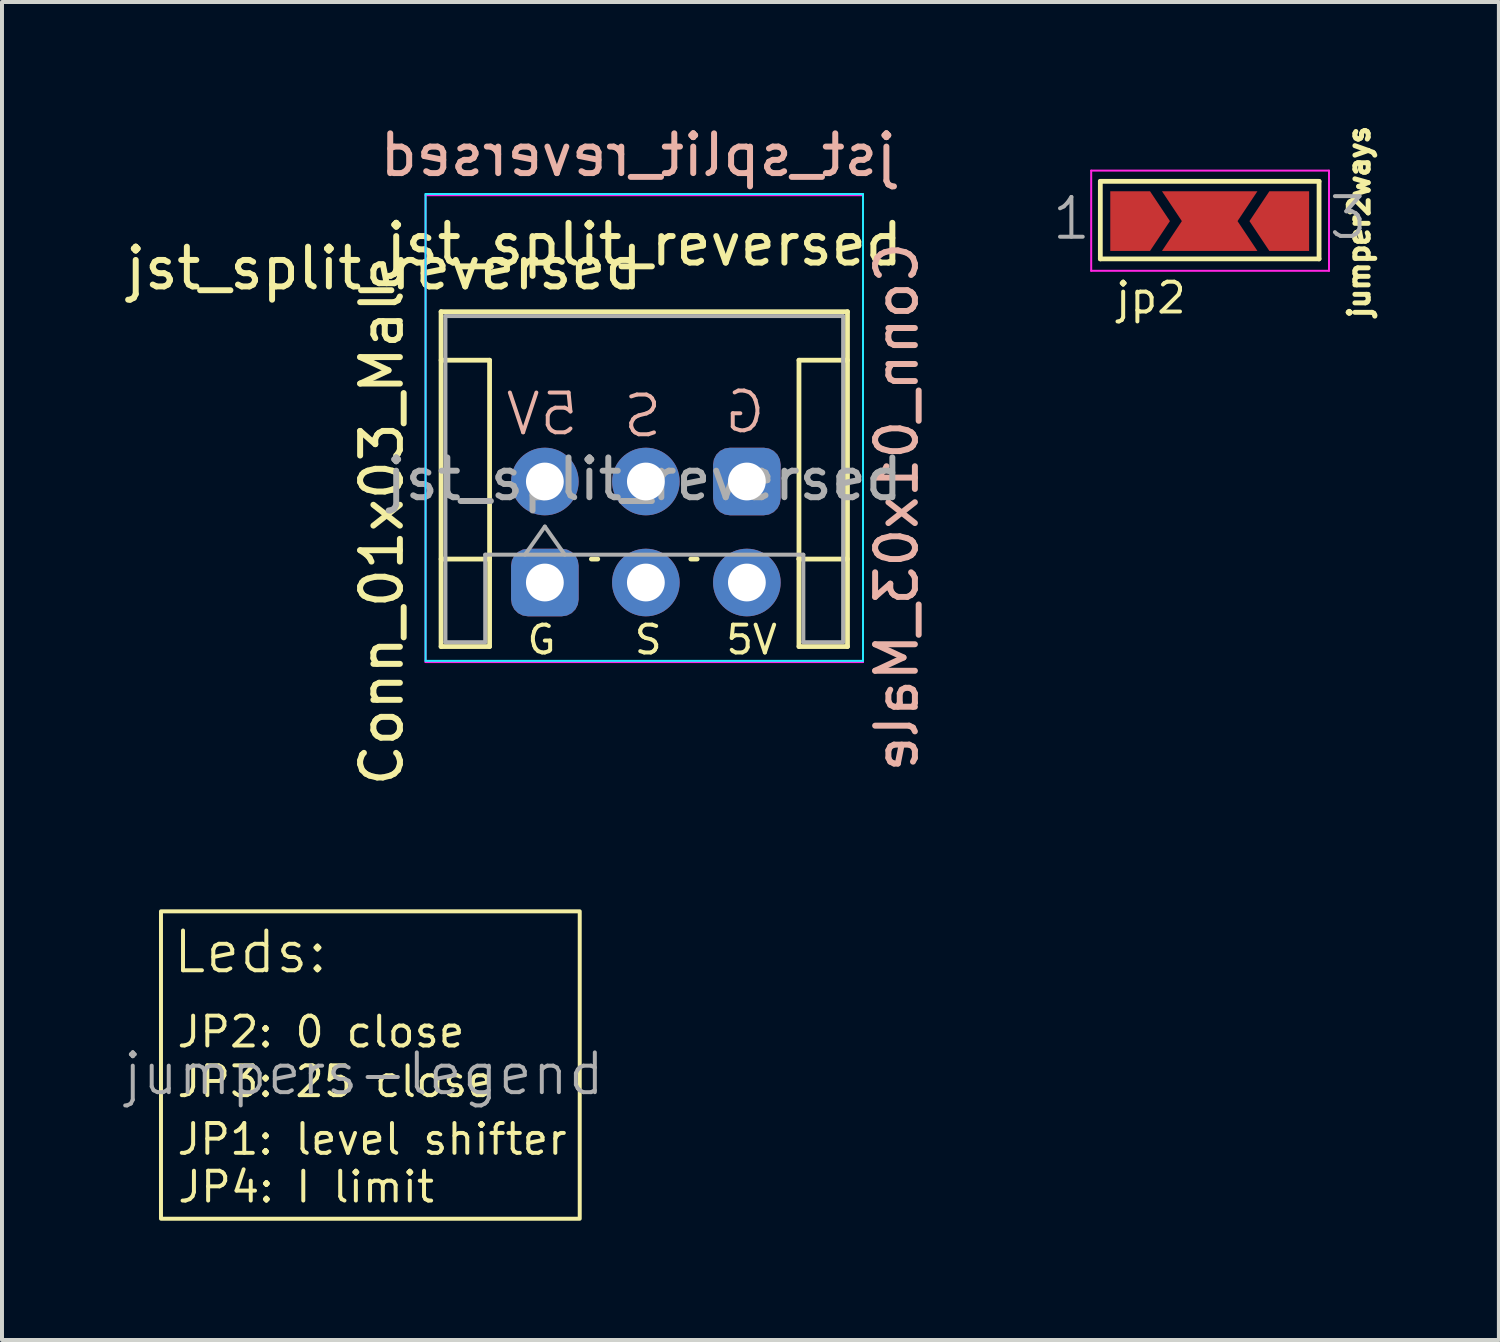
<source format=kicad_pcb>
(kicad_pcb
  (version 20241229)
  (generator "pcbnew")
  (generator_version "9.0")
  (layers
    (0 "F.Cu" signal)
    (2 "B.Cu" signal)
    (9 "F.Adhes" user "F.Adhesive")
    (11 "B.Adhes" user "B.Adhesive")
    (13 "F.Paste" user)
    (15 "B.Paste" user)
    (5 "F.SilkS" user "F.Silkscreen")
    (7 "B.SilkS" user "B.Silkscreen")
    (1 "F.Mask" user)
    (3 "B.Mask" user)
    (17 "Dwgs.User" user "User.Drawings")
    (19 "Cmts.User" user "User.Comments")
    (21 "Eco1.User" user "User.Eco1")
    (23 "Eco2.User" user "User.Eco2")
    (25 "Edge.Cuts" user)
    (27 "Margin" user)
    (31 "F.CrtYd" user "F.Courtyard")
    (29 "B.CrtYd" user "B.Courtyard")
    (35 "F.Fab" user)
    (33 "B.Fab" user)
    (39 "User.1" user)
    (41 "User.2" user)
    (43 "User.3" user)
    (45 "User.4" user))
  (footprint "jumper2ways"
    (layer "F.Cu")
    (at 27.369 2.51)
    (property "Reference" "jumper2ways" (at 3.76 0.02 270) (layer "F.SilkS") (effects (font (size 0.5 0.5) (thickness 0.125))))
    (property "Value" "jp2" (at 0.725 1.925 180) (layer "F.Fab") (hide yes) (effects (font (size 1 1) (thickness 0.15))))
    (attr exclude_from_pos_files)
    (fp_line (start -2.75 -1) (end 2.75 -1) (stroke (width 0.12) (type solid)) (layer "F.SilkS"))
    (fp_line (start -2.75 0.95) (end -2.75 -1) (stroke (width 0.12) (type solid)) (layer "F.SilkS"))
    (fp_line (start 2.75 -1) (end 2.75 0.95) (stroke (width 0.12) (type solid)) (layer "F.SilkS"))
    (fp_line (start 2.75 0.95) (end -2.75 0.95) (stroke (width 0.12) (type solid)) (layer "F.SilkS"))
    (fp_line (start -2.98 -1.27) (end -2.98 1.25) (stroke (width 0.05) (type solid)) (layer "F.CrtYd"))
    (fp_line (start -2.98 -1.27) (end 3 -1.27) (stroke (width 0.05) (type solid)) (layer "F.CrtYd"))
    (fp_line (start 3 1.25) (end -2.98 1.25) (stroke (width 0.05) (type solid)) (layer "F.CrtYd"))
    (fp_line (start 3 1.25) (end 3 -1.27) (stroke (width 0.05) (type solid)) (layer "F.CrtYd"))
    (fp_text user "${VALUE}" (at -2.42 2.37 0) (unlocked yes) (layer "F.SilkS") (effects (font (size 0.75 0.75) (thickness 0.1)) (justify left bottom)))
    (fp_text user "3" (at 2.94 0.5 0) (unlocked yes) (layer "F.Fab") (effects (font (size 1 1) (thickness 0.1)) (justify left bottom)))
    (fp_text user "1" (at -4.02 0.52 0) (unlocked yes) (layer "F.Fab") (effects (font (size 1 1) (thickness 0.1)) (justify left bottom)))
    (pad "" smd rect (at -1.2 0) (size 1.5 1.5) (layers "F.Mask"))
    (pad "" smd rect (at 1.2 0) (size 1.5 1.5) (layers "F.Mask"))
    (pad "1" smd custom (at -2 0) (size 0.3 0.3) (layers "F.Cu" "F.Mask") (options (anchor rect)) (primitives (gr_poly (pts (xy 1 0) (xy 0.5 0.75) (xy -0.5 0.75) (xy -0.5 -0.75) (xy 0.5 -0.75)) (width 0) (fill yes))))
    (pad "2" smd custom (at 0 0) (size 0.3 0.3) (layers "F.Cu" "F.Mask") (options (anchor rect)) (primitives (gr_poly (pts (xy 0.7 0) (xy 1.2 0.75) (xy -1.2 0.75) (xy -0.7 0) (xy -1.2 -0.75) (xy 1.2 -0.75)) (width 0) (fill yes))))
    (pad "3" smd custom (at 2 0 180) (size 0.3 0.3) (layers "F.Cu" "F.Mask") (options (anchor rect)) (primitives (gr_poly (pts (xy 1 0) (xy 0.5 0.75) (xy -0.5 0.75) (xy -0.5 -0.75) (xy 0.5 -0.75)) (width 0) (fill yes)))))
  (footprint "jumpers-legend"
    (layer "F.Cu")
    (at 6.098 24.456)
    (property "Reference" "jumpers-legend" (at 0 -0.5 0) (unlocked yes) (layer "F.Fab") (effects (font (size 1 1) (thickness 0.1))))
    (attr smd)
    (fp_rect (start -5.1 -4.59) (end 5.43 3.14) (stroke (width 0.1) (type default)) (fill no) (layer "F.SilkS"))
    (fp_text user "JP4: I limit" (at -4.73 2.78 0) (unlocked yes) (layer "F.SilkS") (effects (font (size 0.75 0.75) (thickness 0.1)) (justify left bottom)))
    (fp_text user "JP3: 25 close" (at -4.75 0.13 0) (unlocked yes) (layer "F.SilkS") (effects (font (size 0.75 0.75) (thickness 0.1)) (justify left bottom)))
    (fp_text user "Leds:" (at -4.85 -2.98 0) (unlocked yes) (layer "F.SilkS") (effects (font (size 1 1) (thickness 0.1)) (justify left bottom)))
    (fp_text user "JP2: 0 close" (at -4.75 -1.12 0) (unlocked yes) (layer "F.SilkS") (effects (font (size 0.75 0.75) (thickness 0.1)) (justify left bottom)))
    (fp_text user "JP1: level shifter" (at -4.75 1.58 0) (unlocked yes) (layer "F.SilkS") (effects (font (size 0.75 0.75) (thickness 0.1)) (justify left bottom))))
  (footprint "jst_split_reversed"
    (layer "F.Cu")
    (at 10.651 11.598)
    (property "Reference" "jst_split_reversed" (at -4.05 -7.9 180) (layer "F.SilkS") (effects (font (size 1 1) (thickness 0.15))))
    (property "Value" "Conn_01x03_Male" (at 2.15 4.65 180) (layer "F.Fab") (hide yes) (effects (font (size 1 1) (thickness 0.15))))
    (attr through_hole)
    (fp_line (start -2.61 -6.81) (end 7.61 -6.81) (stroke (width 0.12) (type solid)) (layer "F.SilkS"))
    (fp_line (start -2.61 -5.59) (end -1.39 -5.59) (stroke (width 0.12) (type solid)) (layer "F.SilkS"))
    (fp_line (start -2.61 1.61) (end -2.61 -6.81) (stroke (width 0.12) (type solid)) (layer "F.SilkS"))
    (fp_line (start -1.39 -5.59) (end -1.39 -0.59) (stroke (width 0.12) (type solid)) (layer "F.SilkS"))
    (fp_line (start -1.39 -0.59) (end -2.61 -0.59) (stroke (width 0.12) (type solid)) (layer "F.SilkS"))
    (fp_line (start -1.39 -0.59) (end -1.39 1.61) (stroke (width 0.12) (type solid)) (layer "F.SilkS"))
    (fp_line (start -1.39 1.61) (end -2.61 1.61) (stroke (width 0.12) (type solid)) (layer "F.SilkS"))
    (fp_line (start 1.17 -0.59) (end 1.33 -0.59) (stroke (width 0.12) (type solid)) (layer "F.SilkS"))
    (fp_line (start 3.67 -0.59) (end 3.83 -0.59) (stroke (width 0.12) (type solid)) (layer "F.SilkS"))
    (fp_line (start 6.39 -5.59) (end 6.39 -0.59) (stroke (width 0.12) (type solid)) (layer "F.SilkS"))
    (fp_line (start 6.39 -0.59) (end 7.61 -0.59) (stroke (width 0.12) (type solid)) (layer "F.SilkS"))
    (fp_line (start 6.39 1.61) (end 6.39 -0.59) (stroke (width 0.12) (type solid)) (layer "F.SilkS"))
    (fp_line (start 7.61 -6.81) (end 7.61 1.61) (stroke (width 0.12) (type solid)) (layer "F.SilkS"))
    (fp_line (start 7.61 -5.59) (end 6.39 -5.59) (stroke (width 0.12) (type solid)) (layer "F.SilkS"))
    (fp_line (start 7.61 1.61) (end 6.39 1.61) (stroke (width 0.12) (type solid)) (layer "F.SilkS"))
    (fp_line (start -3 -9.77) (end 8 -9.77) (stroke (width 0.05) (type solid)) (layer "B.CrtYd"))
    (fp_line (start -3 1.97) (end -3 -9.77) (stroke (width 0.05) (type solid)) (layer "B.CrtYd"))
    (fp_line (start 8 -9.77) (end 8 1.97) (stroke (width 0.05) (type solid)) (layer "B.CrtYd"))
    (fp_line (start 8 1.97) (end -3 1.97) (stroke (width 0.05) (type solid)) (layer "B.CrtYd"))
    (fp_line (start -3 -9.74) (end -3 2) (stroke (width 0.05) (type solid)) (layer "F.CrtYd"))
    (fp_line (start -3 2) (end 8 2) (stroke (width 0.05) (type solid)) (layer "F.CrtYd"))
    (fp_line (start 8 -9.74) (end -3 -9.74) (stroke (width 0.05) (type solid)) (layer "F.CrtYd"))
    (fp_line (start 8 2) (end 8 -9.74) (stroke (width 0.05) (type solid)) (layer "F.CrtYd"))
    (fp_line (start -2.5 -6.7) (end 7.5 -6.7) (stroke (width 0.1) (type solid)) (layer "F.Fab"))
    (fp_line (start -2.5 1.5) (end -2.5 -6.7) (stroke (width 0.1) (type solid)) (layer "F.Fab"))
    (fp_line (start -1.5 -0.7) (end -1.5 1.5) (stroke (width 0.1) (type solid)) (layer "F.Fab"))
    (fp_line (start -1.5 1.5) (end -2.5 1.5) (stroke (width 0.1) (type solid)) (layer "F.Fab"))
    (fp_line (start -0.5 -0.7) (end 0 -1.407) (stroke (width 0.1) (type solid)) (layer "F.Fab"))
    (fp_line (start 0 -1.407) (end 0.5 -0.7) (stroke (width 0.1) (type solid)) (layer "F.Fab"))
    (fp_line (start 6.5 -0.7) (end -1.5 -0.7) (stroke (width 0.1) (type solid)) (layer "F.Fab"))
    (fp_line (start 6.5 1.5) (end 6.5 -0.7) (stroke (width 0.1) (type solid)) (layer "F.Fab"))
    (fp_line (start 7.5 -6.7) (end 7.5 1.5) (stroke (width 0.1) (type solid)) (layer "F.Fab"))
    (fp_line (start 7.5 1.5) (end 6.5 1.5) (stroke (width 0.1) (type solid)) (layer "F.Fab"))
    (fp_text user "G" (at -0.5 1.85 0) (unlocked yes) (layer "F.SilkS") (effects (font (size 0.7 0.7) (thickness 0.1)) (justify left bottom)))
    (fp_text user "${VALUE}" (at -4.1 -1.55 90) (layer "F.SilkS") (effects (font (size 1 1) (thickness 0.15))))
    (fp_text user "5V" (at 4.5 1.85 0) (unlocked yes) (layer "F.SilkS") (effects (font (size 0.7 0.7) (thickness 0.1)) (justify left bottom)))
    (fp_text user "${REFERENCE}" (at 2.5 -8.5 180) (layer "F.SilkS") (effects (font (size 1 1) (thickness 0.15))))
    (fp_text user "S" (at 2.2 1.85 0) (unlocked yes) (layer "F.SilkS") (effects (font (size 0.7 0.7) (thickness 0.1)) (justify left bottom)))
    (fp_text user "G" (at 5.6 -3.7 0) (unlocked yes) (layer "B.SilkS") (effects (font (size 1 1) (thickness 0.1)) (justify left bottom mirror)))
    (fp_text user "S" (at 3 -3.6 0) (unlocked yes) (layer "B.SilkS") (effects (font (size 1 1) (thickness 0.1)) (justify left bottom mirror)))
    (fp_text user "${REFERENCE}" (at 2.35 -10.75 180) (layer "B.SilkS") (effects (font (size 1 1) (thickness 0.15)) (justify mirror)))
    (fp_text user "5V" (at 0.9 -3.65 0) (unlocked yes) (layer "B.SilkS") (effects (font (size 1 1) (thickness 0.1)) (justify left bottom mirror)))
    (fp_text user "${VALUE}" (at 8.85 -1.9 270) (layer "B.SilkS") (effects (font (size 1 1) (thickness 0.15)) (justify mirror)))
    (fp_text user "${REFERENCE}" (at 2.5 -2.6 180) (layer "F.Fab") (effects (font (size 1 1) (thickness 0.15))))
    (pad "1" thru_hole roundrect (at 0 0) (size 1.7 1.7) (drill 0.95) (layers "*.Cu" "*.Mask") (roundrect_rratio 0.25))
    (pad "1" thru_hole roundrect (at 5.08 -2.54) (size 1.7 1.7) (drill 0.95) (layers "*.Cu" "*.Mask") (roundrect_rratio 0.25))
    (pad "2" thru_hole circle (at 2.54 -2.54) (size 1.7 1.7) (drill 0.95) (layers "*.Cu" "*.Mask"))
    (pad "2" thru_hole circle (at 2.54 0) (size 1.7 1.7) (drill 0.95) (layers "*.Cu" "*.Mask"))
    (pad "3" thru_hole circle (at 0 -2.54) (size 1.7 1.7) (drill 0.95) (layers "*.Cu" "*.Mask"))
    (pad "3" thru_hole circle (at 5.08 0) (size 1.7 1.7) (drill 0.95) (layers "*.Cu" "*.Mask")))
  (gr_rect
    (start -3 -3)
    (end 34.641 30.646)
    (stroke (width 0.1) (type default))
    (fill no)
    (layer "Edge.Cuts")))
</source>
